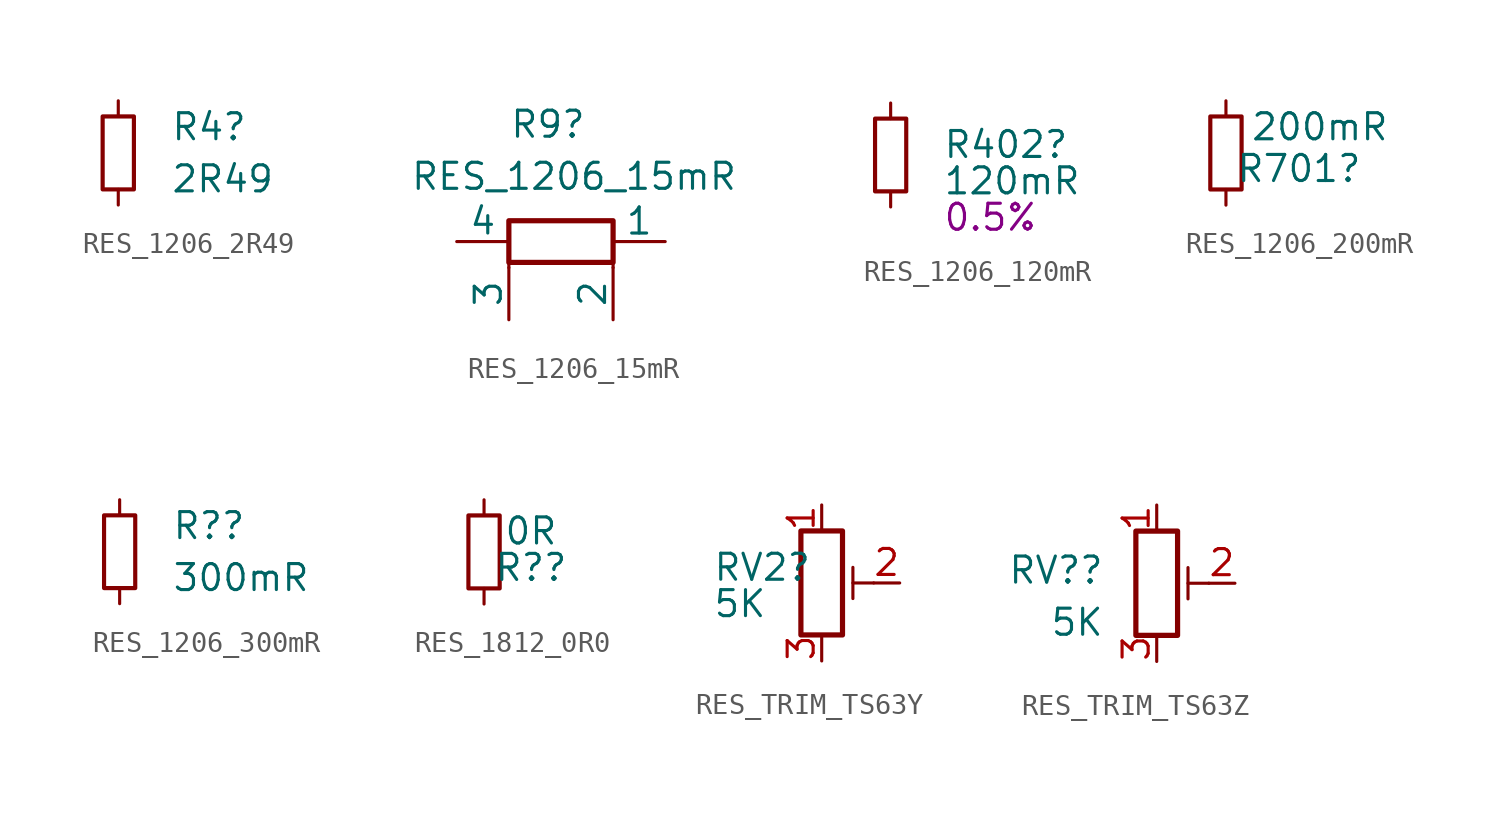
<source format=kicad_sym>
(kicad_symbol_lib
  (version 20231120)
  (generator "kicad_symbol_editor")
  (generator_version "8.0")
  (symbol "RES_1206_2R49"
    (pin_numbers hide)
    (pin_names
      (offset 0.254) hide)
    (property "Reference" "R4"
      (at 2.54 1.27 0)
      (effects (font (size 1.27 1.27)) (justify left)))
    (property "Value" "2R49"
      (at 2.54 -1.27 0)
      (effects (font (size 1.27 1.27)) (justify left)))
    (symbol "RES_1206_2R49_0_1"
      (rectangle (start -0.762 1.778) (end 0.762 -1.778) (stroke (width 0.203) (type default)) (fill (type none))))
    (symbol "RES_1206_2R49_1_1"
      (pin passive line (at 0 2.54 270) (length 0.762) (name "~" (effects (font (size 1.27 1.27)))) (number "1" (effects (font (size 1.27 1.27)))))
      (pin passive line (at 0 -2.54 90) (length 0.762) (name "~" (effects (font (size 1.27 1.27)))) (number "2" (effects (font (size 1.27 1.27)))))))
  (symbol "RES_1206_15mR"
    (pin_numbers hide)
    (pin_names
      (offset 0))
    (property "Reference" "R9"
      (at -2.54 3.81 0)
      (effects (font (size 1.27 1.27))))
    (property "Value" "RES_1206_15mR"
      (at -1.27 1.27 0)
      (effects (font (size 1.27 1.27))))
    (symbol "RES_1206_15mR_0_1"
      (rectangle (start -4.445 -0.889) (end 0.635 -2.921) (stroke (width 0.254) (type default)) (fill (type none)))
      (polyline (pts (xy -4.445 -1.905) (xy -4.445 -3.175)) (stroke (width 0) (type default)) (fill (type none)))
      (polyline (pts (xy 0.635 -3.175) (xy 0.635 -1.905)) (stroke (width 0) (type default)) (fill (type none))))
    (symbol "RES_1206_15mR_1_1"
      (pin passive line (at 3.175 -1.905 180) (length 2.54) (name "1" (effects (font (size 1.27 1.27)))) (number "1" (effects (font (size 1.27 1.27)))))
      (pin passive line (at 0.635 -5.715 90) (length 2.54) (name "2" (effects (font (size 1.27 1.27)))) (number "2" (effects (font (size 1.27 1.27)))))
      (pin passive line (at -4.445 -5.715 90) (length 2.54) (name "3" (effects (font (size 1.27 1.27)))) (number "3" (effects (font (size 1.27 1.27)))))
      (pin passive line (at -6.985 -1.905 0) (length 2.54) (name "4" (effects (font (size 1.27 1.27)))) (number "4" (effects (font (size 1.27 1.27)))))))
  (symbol "RES_1206_120mR"
    (pin_numbers hide)
    (pin_names
      (offset 0.254) hide)
    (property "Reference" "R402"
      (at 2.54 0.508 0)
      (effects (font (size 1.27 1.27)) (justify left)))
    (property "Value" "120mR"
      (at 2.54 -1.27 0)
      (effects (font (size 1.27 1.27)) (justify left)))
    (property "Tolerance" "0.5%"
      (at 2.54 -3.048 0)
      (effects (font (size 1.27 1.27)) (justify left)))
    (symbol "RES_1206_120mR_0_1"
      (rectangle (start -0.762 1.778) (end 0.762 -1.778) (stroke (width 0.203) (type default)) (fill (type none))))
    (symbol "RES_1206_120mR_1_1"
      (pin passive line (at 0 2.54 270) (length 0.762) (name "~" (effects (font (size 1.27 1.27)))) (number "1" (effects (font (size 1.27 1.27)))))
      (pin passive line (at 0 -2.54 90) (length 0.762) (name "~" (effects (font (size 1.27 1.27)))) (number "2" (effects (font (size 1.27 1.27)))))))
  (symbol "RES_1206_200mR"
    (pin_numbers hide)
    (pin_names
      (offset 0.254) hide)
    (property "Reference" "R701"
      (at 3.556 -0.762 0)
      (effects (font (size 1.27 1.27))))
    (property "Value" "200mR"
      (at 4.572 1.27 0)
      (effects (font (size 1.27 1.27))))
    (symbol "RES_1206_200mR_0_1"
      (rectangle (start -0.762 1.778) (end 0.762 -1.778) (stroke (width 0.203) (type default)) (fill (type none))))
    (symbol "RES_1206_200mR_1_1"
      (pin passive line (at 0 2.54 270) (length 0.762) (name "~" (effects (font (size 1.27 1.27)))) (number "1" (effects (font (size 1.27 1.27)))))
      (pin passive line (at 0 -2.54 90) (length 0.762) (name "~" (effects (font (size 1.27 1.27)))) (number "2" (effects (font (size 1.27 1.27)))))))
  (symbol "RES_1206_300mR"
    (pin_numbers hide)
    (pin_names
      (offset 0.254) hide)
    (property "Reference" "R?"
      (at 2.54 1.27 0)
      (effects (font (size 1.27 1.27)) (justify left)))
    (property "Value" "300mR"
      (at 2.54 -1.27 0)
      (effects (font (size 1.27 1.27)) (justify left)))
    (symbol "RES_1206_300mR_0_1"
      (rectangle (start -0.762 1.778) (end 0.762 -1.778) (stroke (width 0.203) (type default)) (fill (type none))))
    (symbol "RES_1206_300mR_1_1"
      (pin passive line (at 0 2.54 270) (length 0.762) (name "~" (effects (font (size 1.27 1.27)))) (number "1" (effects (font (size 1.27 1.27)))))
      (pin passive line (at 0 -2.54 90) (length 0.762) (name "~" (effects (font (size 1.27 1.27)))) (number "2" (effects (font (size 1.27 1.27)))))))
  (symbol "RES_1812_0R0"
    (pin_numbers hide)
    (pin_names
      (offset 0.254) hide)
    (property "Reference" "R?"
      (at 2.286 -0.762 0)
      (effects (font (size 1.27 1.27))))
    (property "Value" "0R"
      (at 2.286 1.016 0)
      (effects (font (size 1.27 1.27))))
    (symbol "RES_1812_0R0_0_1"
      (rectangle (start -0.762 1.778) (end 0.762 -1.778) (stroke (width 0.203) (type default)) (fill (type none))))
    (symbol "RES_1812_0R0_1_1"
      (pin passive line (at 0 2.54 270) (length 0.762) (name "~" (effects (font (size 1.27 1.27)))) (number "1" (effects (font (size 1.27 1.27)))))
      (pin passive line (at 0 -2.54 90) (length 0.762) (name "~" (effects (font (size 1.27 1.27)))) (number "2" (effects (font (size 1.27 1.27)))))))
  (symbol "RES_TRIM_TS63Y"
    (pin_names
      (offset 1.016) hide)
    (property "Reference" "RV2"
      (at -5.334 0.762 0)
      (effects (font (size 1.27 1.27)) (justify left)))
    (property "Value" "5K"
      (at -5.334 -1.016 0)
      (effects (font (size 1.27 1.27)) (justify left)))
    (symbol "RES_TRIM_TS63Y_0_1"
      (polyline (pts (xy 1.524 0.762) (xy 1.524 -0.762)) (stroke (width 0) (type default)) (fill (type none)))
      (polyline (pts (xy 2.54 0) (xy 1.524 0)) (stroke (width 0) (type default)) (fill (type none)))
      (rectangle (start 1.016 2.54) (end -1.016 -2.54) (stroke (width 0.254) (type default)) (fill (type none))))
    (symbol "RES_TRIM_TS63Y_1_1"
      (pin passive line (at 0 3.81 270) (length 1.27) (name "1" (effects (font (size 1.27 1.27)))) (number "1" (effects (font (size 1.27 1.27)))))
      (pin passive line (at 3.81 0 180) (length 1.27) (name "2" (effects (font (size 1.27 1.27)))) (number "2" (effects (font (size 1.27 1.27)))))
      (pin passive line (at 0 -3.81 90) (length 1.27) (name "3" (effects (font (size 1.27 1.27)))) (number "3" (effects (font (size 1.27 1.27)))))))
  (symbol "RES_TRIM_TS63Z"
    (pin_names
      (offset 1.016) hide)
    (property "Reference" "RV?"
      (at -2.54 0.635 0)
      (effects (font (size 1.27 1.27)) (justify right)))
    (property "Value" "5K"
      (at -2.54 -1.905 0)
      (effects (font (size 1.27 1.27)) (justify right)))
    (symbol "RES_TRIM_TS63Z_0_1"
      (polyline (pts (xy 1.524 0.762) (xy 1.524 -0.762)) (stroke (width 0) (type default)) (fill (type none)))
      (polyline (pts (xy 2.54 0) (xy 1.524 0)) (stroke (width 0) (type default)) (fill (type none)))
      (rectangle (start 1.016 2.54) (end -1.016 -2.54) (stroke (width 0.254) (type default)) (fill (type none))))
    (symbol "RES_TRIM_TS63Z_1_1"
      (pin passive line (at 0 3.81 270) (length 1.27) (name "1" (effects (font (size 1.27 1.27)))) (number "1" (effects (font (size 1.27 1.27)))))
      (pin passive line (at 3.81 0 180) (length 1.27) (name "2" (effects (font (size 1.27 1.27)))) (number "2" (effects (font (size 1.27 1.27)))))
      (pin passive line (at 0 -3.81 90) (length 1.27) (name "3" (effects (font (size 1.27 1.27)))) (number "3" (effects (font (size 1.27 1.27))))))))
</source>
